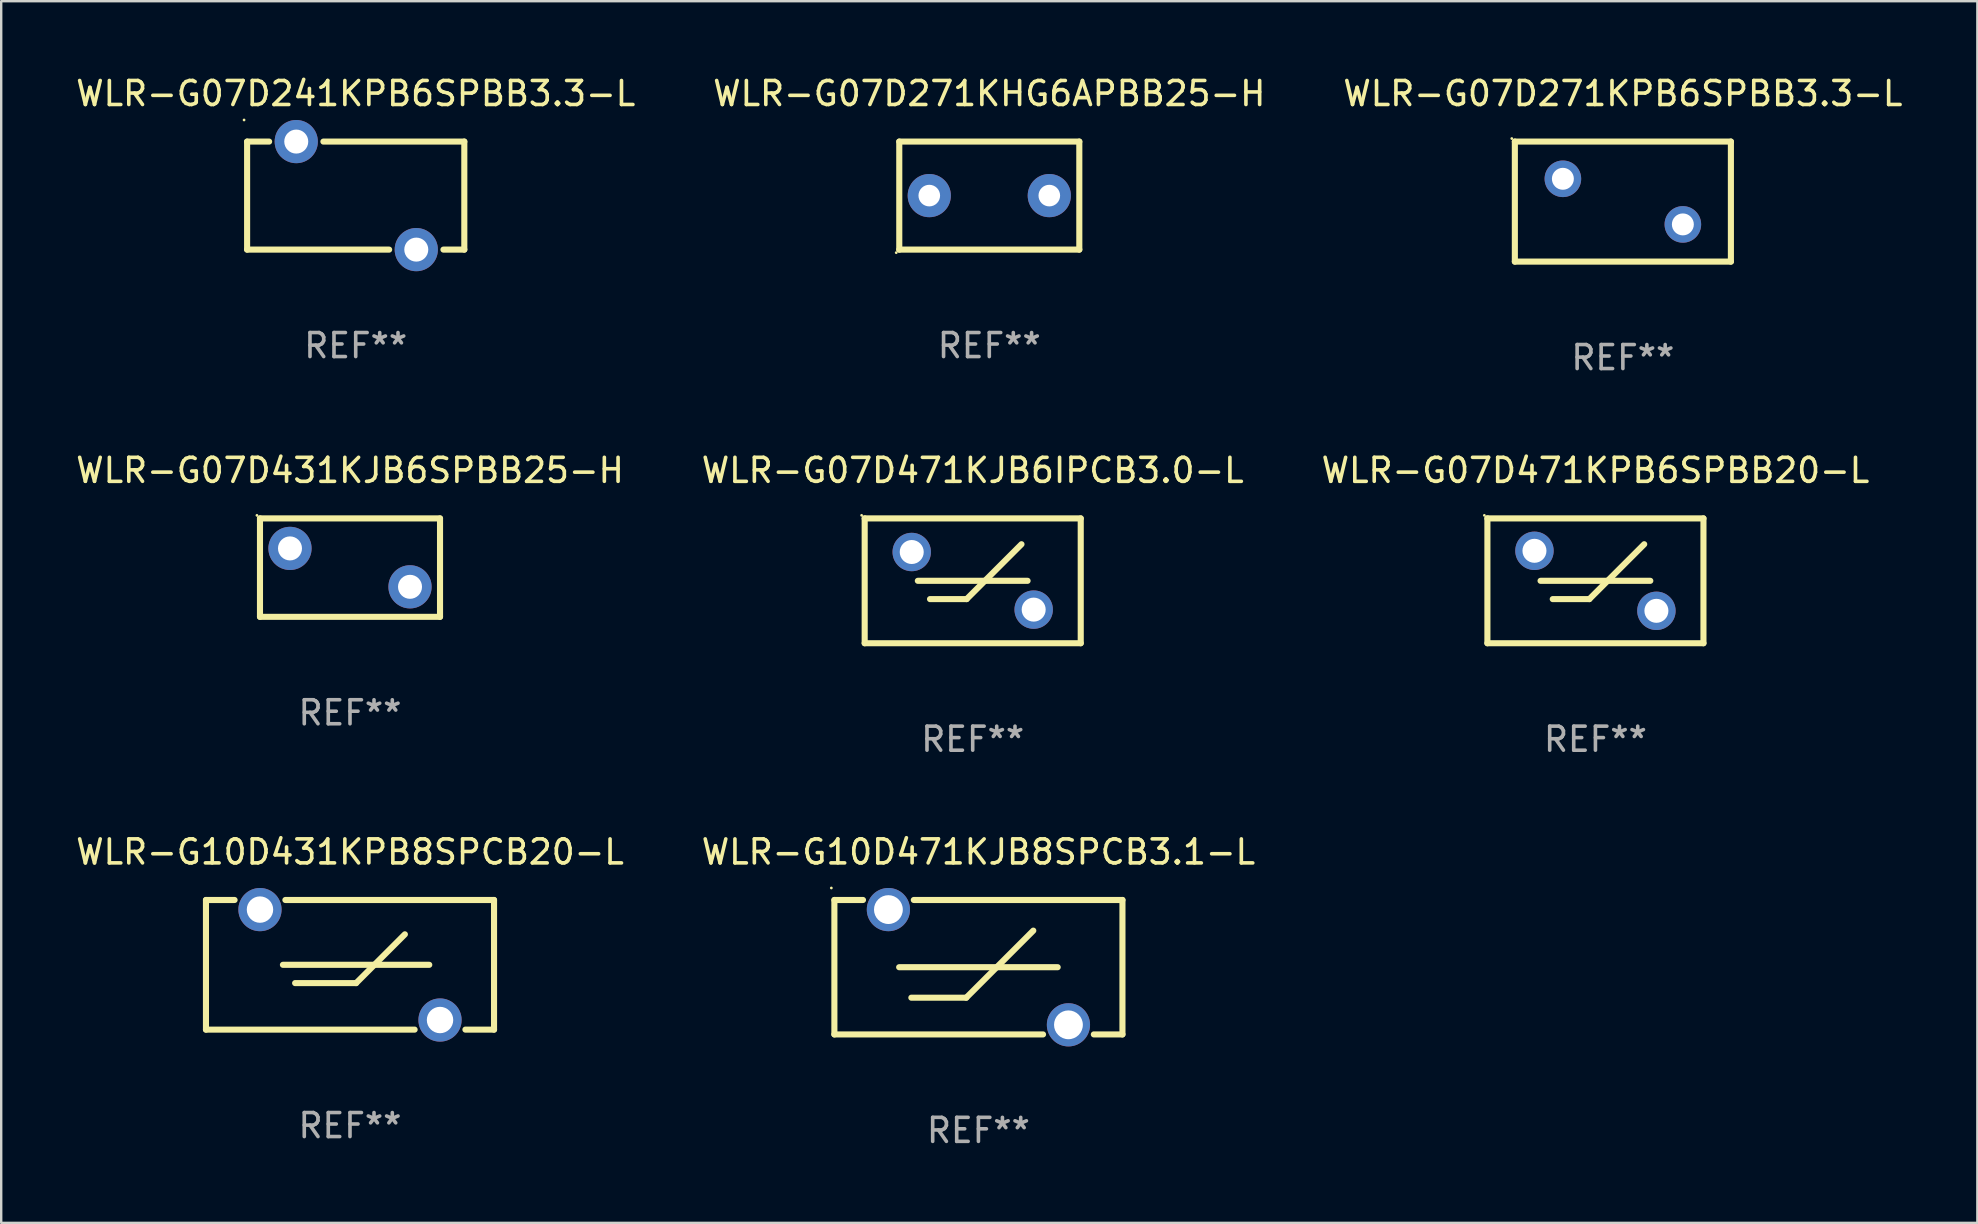
<source format=kicad_pcb>
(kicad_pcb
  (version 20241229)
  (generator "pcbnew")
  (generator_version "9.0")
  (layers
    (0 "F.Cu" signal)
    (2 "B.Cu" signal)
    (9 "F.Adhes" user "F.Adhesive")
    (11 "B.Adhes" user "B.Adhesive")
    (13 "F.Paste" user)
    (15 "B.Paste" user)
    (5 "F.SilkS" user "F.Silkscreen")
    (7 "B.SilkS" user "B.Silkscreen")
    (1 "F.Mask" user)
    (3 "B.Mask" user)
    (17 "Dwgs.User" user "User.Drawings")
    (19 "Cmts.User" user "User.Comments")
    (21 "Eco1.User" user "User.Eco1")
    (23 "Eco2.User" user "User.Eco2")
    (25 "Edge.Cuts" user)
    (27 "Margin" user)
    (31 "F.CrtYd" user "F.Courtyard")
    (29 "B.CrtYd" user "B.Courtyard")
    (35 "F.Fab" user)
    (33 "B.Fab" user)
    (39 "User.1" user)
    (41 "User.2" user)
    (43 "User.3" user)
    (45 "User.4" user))
  (footprint "WLR-G07D471KPB6SPBB20-L"
    (layer "F.Cu")
    (at 63.411 21.145)
    (property "Reference" "WLR-G07D471KPB6SPBB20-L" (at 0 -4.6 0) (layer "F.SilkS") (effects (font (size 1 1) (thickness 0.15))))
    (attr through_hole)
    (fp_line (start -4.5 -2.6) (end 4.5 -2.6) (stroke (width 0.254) (type solid)) (layer "F.SilkS"))
    (fp_line (start -4.5 2.6) (end -4.5 -2.6) (stroke (width 0.254) (type solid)) (layer "F.SilkS"))
    (fp_line (start -4.5 2.6) (end 4.5 2.6) (stroke (width 0.254) (type solid)) (layer "F.SilkS"))
    (fp_line (start -2.286 -0.000013) (end 2.286 -0.000013) (stroke (width 0.254) (type solid)) (layer "F.SilkS"))
    (fp_line (start -1.778 0.762) (end -0.254 0.762) (stroke (width 0.254) (type solid)) (layer "F.SilkS"))
    (fp_line (start -0.254 0.762) (end 2.032 -1.524) (stroke (width 0.254) (type solid)) (layer "F.SilkS"))
    (fp_line (start 4.5 2.6) (end 4.5 -2.6) (stroke (width 0.254) (type solid)) (layer "F.SilkS"))
    (fp_circle (center -4.627 -2.727) (end -4.597 -2.727) (stroke (width 0.06) (type solid)) (fill no) (layer "F.SilkS"))
    (fp_text user "REF**" (at 0 6.6 0) (layer "F.Fab") (effects (font (size 1 1) (thickness 0.15))))
    (pad "1" thru_hole circle (at -2.54 -1.25) (size 1.6 1.6) (drill 1) (layers "*.Cu" "*.Mask"))
    (pad "2" thru_hole circle (at 2.54 1.25) (size 1.6 1.6) (drill 1) (layers "*.Cu" "*.Mask")))
  (footprint "WLR-G07D431KJB6SPBB25-H"
    (layer "F.Cu")
    (at 11.53 20.595)
    (property "Reference" "WLR-G07D431KJB6SPBB25-H" (at 0 -4.05 0) (layer "F.SilkS") (effects (font (size 1 1) (thickness 0.15))))
    (attr through_hole)
    (fp_line (start -3.75 -2.05) (end -3.75 2.05) (stroke (width 0.254) (type solid)) (layer "F.SilkS"))
    (fp_line (start -3.75 -2.05) (end 3.75 -2.05) (stroke (width 0.254) (type solid)) (layer "F.SilkS"))
    (fp_line (start -3.75 2.05) (end 3.75 2.05) (stroke (width 0.254) (type solid)) (layer "F.SilkS"))
    (fp_line (start 3.75 -2.05) (end 3.75 2.05) (stroke (width 0.254) (type solid)) (layer "F.SilkS"))
    (fp_circle (center -3.877 -2.177) (end -3.847 -2.177) (stroke (width 0.06) (type solid)) (fill no) (layer "F.SilkS"))
    (fp_text user "REF**" (at 0 6.05 0) (layer "F.Fab") (effects (font (size 1 1) (thickness 0.15))))
    (pad "1" thru_hole circle (at -2.5 -0.8) (size 1.8 1.8) (drill 1) (layers "*.Cu" "*.Mask"))
    (pad "2" thru_hole circle (at 2.5 0.8) (size 1.8 1.8) (drill 1) (layers "*.Cu" "*.Mask")))
  (footprint "WLR-G07D271KPB6SPBB3.3-L"
    (layer "F.Cu")
    (at 64.554 5.348)
    (property "Reference" "WLR-G07D271KPB6SPBB3.3-L" (at 0 -4.5 0) (layer "F.SilkS") (effects (font (size 1 1) (thickness 0.15))))
    (attr through_hole)
    (fp_line (start -4.5 -2.5) (end 4.5 -2.5) (stroke (width 0.254) (type solid)) (layer "F.SilkS"))
    (fp_line (start -4.5 2.5) (end -4.5 -2.5) (stroke (width 0.254) (type solid)) (layer "F.SilkS"))
    (fp_line (start 4.5 -2.5) (end 4.5 2.5) (stroke (width 0.254) (type solid)) (layer "F.SilkS"))
    (fp_line (start 4.5 2.5) (end -4.5 2.5) (stroke (width 0.254) (type solid)) (layer "F.SilkS"))
    (fp_circle (center -4.627 -2.627) (end -4.597 -2.627) (stroke (width 0.06) (type solid)) (fill no) (layer "F.SilkS"))
    (fp_text user "REF**" (at 0 6.5 0) (layer "F.Fab") (effects (font (size 1 1) (thickness 0.15))))
    (pad "1" thru_hole circle (at -2.499 -0.95) (size 1.524 1.524) (drill 0.914) (layers "*.Cu" "*.Mask"))
    (pad "2" thru_hole circle (at 2.499 0.95) (size 1.524 1.524) (drill 0.914) (layers "*.Cu" "*.Mask")))
  (footprint "WLR-G07D471KJB6IPCB3.0-L"
    (layer "F.Cu")
    (at 37.47 21.145)
    (property "Reference" "WLR-G07D471KJB6IPCB3.0-L" (at 0 -4.6 0) (layer "F.SilkS") (effects (font (size 1 1) (thickness 0.15))))
    (attr through_hole)
    (fp_line (start -4.5 -2.6) (end 4.5 -2.6) (stroke (width 0.254) (type solid)) (layer "F.SilkS"))
    (fp_line (start -4.5 2.6) (end -4.5 -2.6) (stroke (width 0.254) (type solid)) (layer "F.SilkS"))
    (fp_line (start -4.5 2.6) (end 4.5 2.6) (stroke (width 0.254) (type solid)) (layer "F.SilkS"))
    (fp_line (start -2.286 -0.000013) (end 2.286 -0.000013) (stroke (width 0.254) (type solid)) (layer "F.SilkS"))
    (fp_line (start -1.778 0.762) (end -0.254 0.762) (stroke (width 0.254) (type solid)) (layer "F.SilkS"))
    (fp_line (start -0.254 0.762) (end 2.032 -1.524) (stroke (width 0.254) (type solid)) (layer "F.SilkS"))
    (fp_line (start 4.5 2.6) (end 4.5 -2.6) (stroke (width 0.254) (type solid)) (layer "F.SilkS"))
    (fp_circle (center -4.627 -2.727) (end -4.597 -2.727) (stroke (width 0.06) (type solid)) (fill no) (layer "F.SilkS"))
    (fp_text user "REF**" (at 0 6.6 0) (layer "F.Fab") (effects (font (size 1 1) (thickness 0.15))))
    (pad "1" thru_hole circle (at -2.54 -1.2) (size 1.6 1.6) (drill 1) (layers "*.Cu" "*.Mask"))
    (pad "2" thru_hole circle (at 2.54 1.2) (size 1.6 1.6) (drill 1) (layers "*.Cu" "*.Mask")))
  (footprint "WLR-G10D471KJB8SPCB3.1-L"
    (layer "F.Cu")
    (at 37.708 37.241)
    (property "Reference" "WLR-G10D471KJB8SPCB3.1-L" (at 0 -4.8 0) (layer "F.SilkS") (effects (font (size 1 1) (thickness 0.15))))
    (attr through_hole)
    (fp_line (start -6 -2.8) (end -4.808 -2.8) (stroke (width 0.254) (type solid)) (layer "F.SilkS"))
    (fp_line (start -6 2.8) (end -6 -2.8) (stroke (width 0.254) (type solid)) (layer "F.SilkS"))
    (fp_line (start -6 2.8) (end 2.692 2.8) (stroke (width 0.254) (type solid)) (layer "F.SilkS"))
    (fp_line (start -3.302 0) (end 3.302 0) (stroke (width 0.254) (type solid)) (layer "F.SilkS"))
    (fp_line (start -2.794 1.27) (end -0.508 1.27) (stroke (width 0.254) (type solid)) (layer "F.SilkS"))
    (fp_line (start -2.692 -2.8) (end 6 -2.8) (stroke (width 0.254) (type solid)) (layer "F.SilkS"))
    (fp_line (start -0.508 1.27) (end 2.286 -1.524) (stroke (width 0.254) (type solid)) (layer "F.SilkS"))
    (fp_line (start 4.808 2.8) (end 6 2.8) (stroke (width 0.254) (type solid)) (layer "F.SilkS"))
    (fp_line (start 6 -2.8) (end 6 2.8) (stroke (width 0.254) (type solid)) (layer "F.SilkS"))
    (fp_circle (center -6.127 -3.3) (end -6.097 -3.3) (stroke (width 0.06) (type solid)) (fill no) (layer "F.SilkS"))
    (fp_text user "REF**" (at 0 6.8 0) (layer "F.Fab") (effects (font (size 1 1) (thickness 0.15))))
    (pad "1" thru_hole circle (at -3.75 -2.4) (size 1.8 1.8) (drill 1.2) (layers "*.Cu" "*.Mask"))
    (pad "2" thru_hole circle (at 3.75 2.4) (size 1.8 1.8) (drill 1.2) (layers "*.Cu" "*.Mask")))
  (footprint "WLR-G07D271KHG6APBB25-H"
    (layer "F.Cu")
    (at 38.161 5.098)
    (property "Reference" "WLR-G07D271KHG6APBB25-H" (at 0 -4.25 0) (layer "F.SilkS") (effects (font (size 1 1) (thickness 0.15))))
    (attr through_hole)
    (fp_line (start -3.75 -2.25) (end -3.75 2.25) (stroke (width 0.254) (type solid)) (layer "F.SilkS"))
    (fp_line (start -3.75 -2.25) (end 3.75 -2.25) (stroke (width 0.254) (type solid)) (layer "F.SilkS"))
    (fp_line (start -3.75 2.25) (end 3.75 2.25) (stroke (width 0.254) (type solid)) (layer "F.SilkS"))
    (fp_line (start 3.75 -2.25) (end 3.75 2.25) (stroke (width 0.254) (type solid)) (layer "F.SilkS"))
    (fp_circle (center -3.877 2.377) (end -3.847 2.377) (stroke (width 0.06) (type solid)) (fill no) (layer "F.SilkS"))
    (fp_text user "REF**" (at 0 6.25 0) (layer "F.Fab") (effects (font (size 1 1) (thickness 0.15))))
    (pad "1" thru_hole circle (at -2.5 0) (size 1.8 1.8) (drill 0.9) (layers "*.Cu" "*.Mask"))
    (pad "2" thru_hole circle (at 2.5 0) (size 1.8 1.8) (drill 0.9) (layers "*.Cu" "*.Mask")))
  (footprint "WLR-G10D431KPB8SPCB20-L"
    (layer "F.Cu")
    (at 11.53 37.141)
    (property "Reference" "WLR-G10D431KPB8SPCB20-L" (at 0 -4.7 0) (layer "F.SilkS") (effects (font (size 1 1) (thickness 0.15))))
    (attr through_hole)
    (fp_line (start -6 -2.7) (end -4.808 -2.7) (stroke (width 0.254) (type solid)) (layer "F.SilkS"))
    (fp_line (start -6 2.7) (end -6 -2.7) (stroke (width 0.254) (type solid)) (layer "F.SilkS"))
    (fp_line (start -6 2.7) (end 2.692 2.7) (stroke (width 0.254) (type solid)) (layer "F.SilkS"))
    (fp_line (start -2.794 0) (end 3.302 0) (stroke (width 0.254) (type solid)) (layer "F.SilkS"))
    (fp_line (start -2.692 -2.7) (end 6 -2.7) (stroke (width 0.254) (type solid)) (layer "F.SilkS"))
    (fp_line (start -2.286 0.762) (end 0.254 0.762) (stroke (width 0.254) (type solid)) (layer "F.SilkS"))
    (fp_line (start 0.254 0.762) (end 2.286 -1.27) (stroke (width 0.254) (type solid)) (layer "F.SilkS"))
    (fp_line (start 4.808 2.7) (end 6 2.7) (stroke (width 0.254) (type solid)) (layer "F.SilkS"))
    (fp_line (start 6 -2.7) (end 6 2.7) (stroke (width 0.254) (type solid)) (layer "F.SilkS"))
    (fp_circle (center -6 -2.7) (end -5.97 -2.7) (stroke (width 0.06) (type solid)) (fill no) (layer "F.SilkS"))
    (fp_text user "REF**" (at 0 6.7 0) (layer "F.Fab") (effects (font (size 1 1) (thickness 0.15))))
    (pad "1" thru_hole circle (at -3.75 -2.3) (size 1.8 1.8) (drill 1.1) (layers "*.Cu" "*.Mask"))
    (pad "2" thru_hole circle (at 3.75 2.3) (size 1.8 1.8) (drill 1.1) (layers "*.Cu" "*.Mask")))
  (footprint "WLR-G07D241KPB6SPBB3.3-L"
    (layer "F.Cu")
    (at 11.768 5.098)
    (property "Reference" "WLR-G07D241KPB6SPBB3.3-L" (at 0 -4.25 0) (layer "F.SilkS") (effects (font (size 1 1) (thickness 0.15))))
    (attr through_hole)
    (fp_line (start -4.524 -2.25) (end -4.524 2.25) (stroke (width 0.254) (type solid)) (layer "F.SilkS"))
    (fp_line (start -4.524 -2.25) (end -3.607 -2.25) (stroke (width 0.254) (type solid)) (layer "F.SilkS"))
    (fp_line (start -4.524 2.25) (end 1.393 2.25) (stroke (width 0.254) (type solid)) (layer "F.SilkS"))
    (fp_line (start -1.346 -2.25) (end 4.524 -2.25) (stroke (width 0.254) (type solid)) (layer "F.SilkS"))
    (fp_line (start 3.654 2.25) (end 4.524 2.25) (stroke (width 0.254) (type solid)) (layer "F.SilkS"))
    (fp_line (start 4.524 -2.25) (end 4.524 2.25) (stroke (width 0.254) (type solid)) (layer "F.SilkS"))
    (fp_circle (center -4.651 -3.15) (end -4.621 -3.15) (stroke (width 0.06) (type solid)) (fill no) (layer "F.SilkS"))
    (fp_text user "REF**" (at 0 6.25 0) (layer "F.Fab") (effects (font (size 1 1) (thickness 0.15))))
    (pad "1" thru_hole circle (at -2.477 -2.25) (size 1.8 1.8) (drill 1) (layers "*.Cu" "*.Mask"))
    (pad "2" thru_hole circle (at 2.523 2.25) (size 1.8 1.8) (drill 1) (layers "*.Cu" "*.Mask")))
  (gr_rect
    (start -3 -3)
    (end 79.321 47.89)
    (stroke (width 0.1) (type default))
    (fill no)
    (layer "Edge.Cuts")))
</source>
